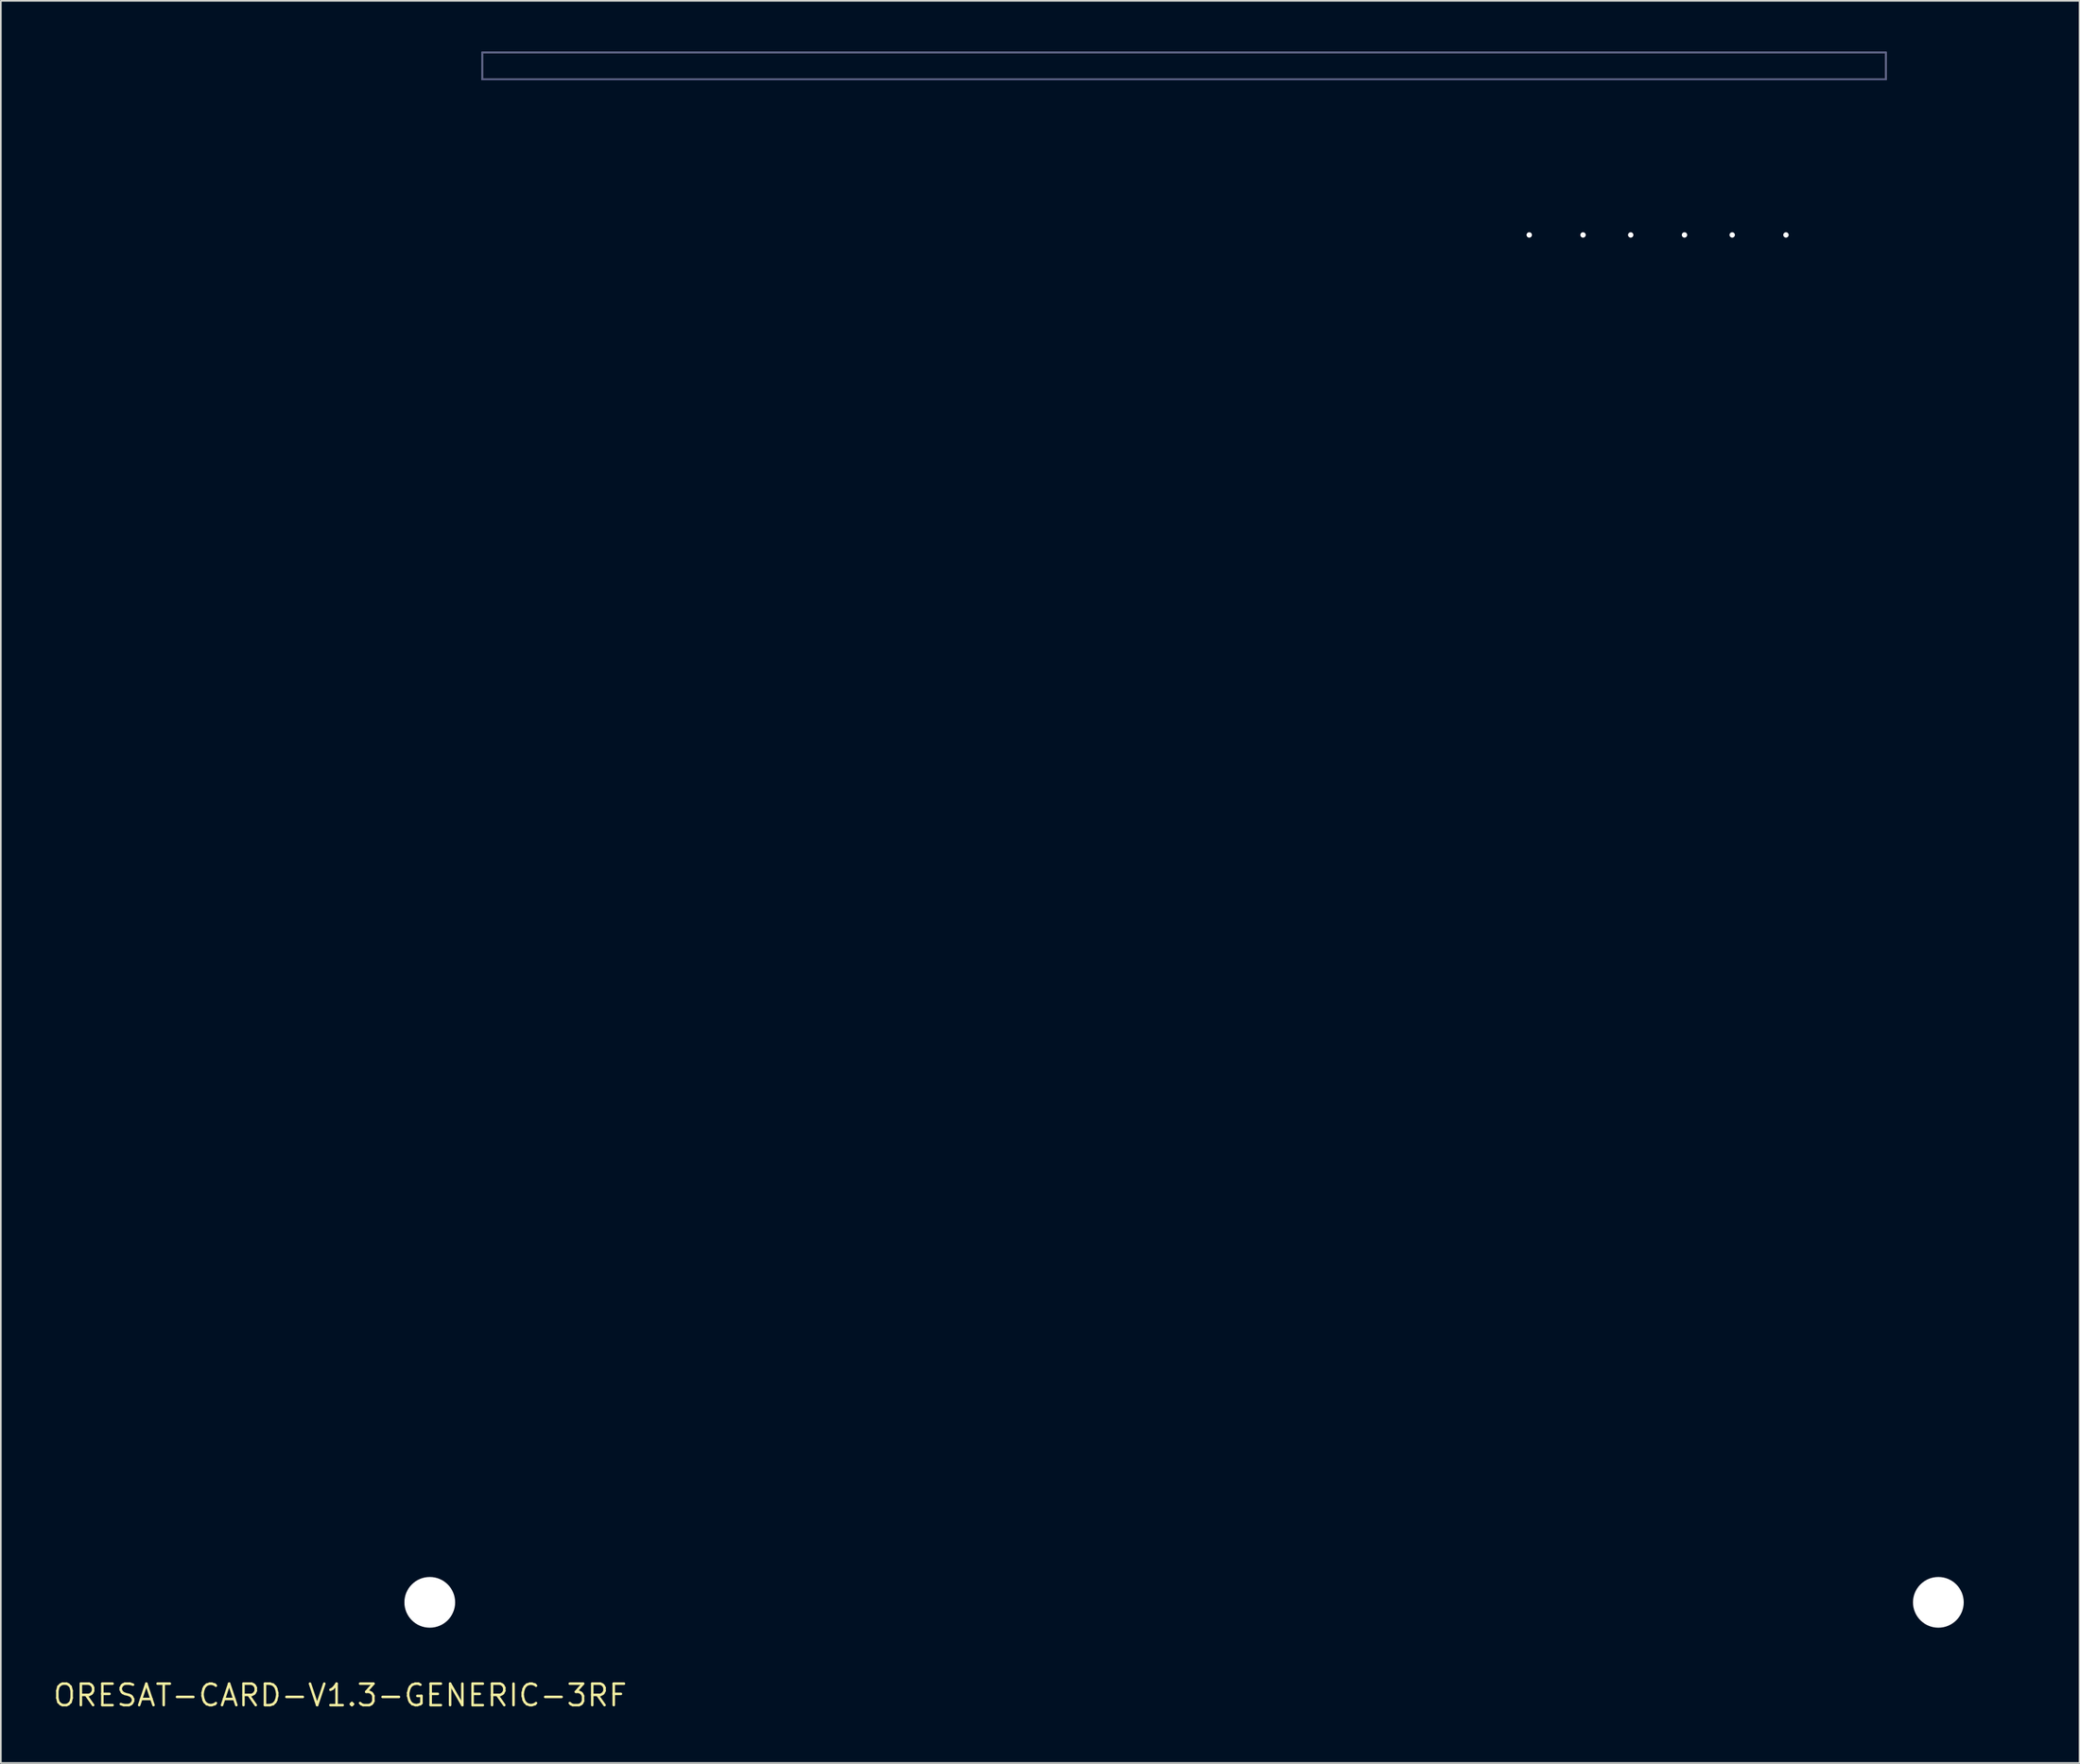
<source format=kicad_pcb>
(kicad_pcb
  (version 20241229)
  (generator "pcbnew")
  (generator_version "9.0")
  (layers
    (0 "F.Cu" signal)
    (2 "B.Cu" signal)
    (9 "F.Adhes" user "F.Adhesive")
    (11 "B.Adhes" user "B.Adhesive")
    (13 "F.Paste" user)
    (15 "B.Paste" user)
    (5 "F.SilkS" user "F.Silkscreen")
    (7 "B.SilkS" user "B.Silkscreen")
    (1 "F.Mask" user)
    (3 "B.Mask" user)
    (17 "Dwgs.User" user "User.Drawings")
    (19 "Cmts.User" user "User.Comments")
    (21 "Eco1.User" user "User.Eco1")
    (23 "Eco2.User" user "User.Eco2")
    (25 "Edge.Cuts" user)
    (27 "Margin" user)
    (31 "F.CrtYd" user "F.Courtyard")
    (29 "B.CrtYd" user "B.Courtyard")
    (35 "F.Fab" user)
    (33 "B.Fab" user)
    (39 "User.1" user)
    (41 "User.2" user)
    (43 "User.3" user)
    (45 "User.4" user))
  (footprint "ORESAT-CARD-V1.3-GENERIC-3RF"
    (layer "F.Cu")
    (at 17.062 97.25)
    (property "Reference" "ORESAT-CARD-V1.3-GENERIC-3RF" (at 0 0 0) (layer "F.SilkS") (effects (font (size 1.27 1.27) (thickness 0.15))))
    (fp_poly (pts (xy 2.75 -8.55) (xy 0.497 -8.55) (xy 0.358 -8.568) (xy 0.225 -8.623) (xy 0.111 -8.711) (xy 0.021 -8.827) (xy -0.05 -9.093) (xy -0.05 -88.821) (xy 2.75 -91.621)) (stroke (width 0) (type solid)) (fill yes) (layer "F.Mask"))
    (fp_poly (pts (xy 99.85 -88.822) (xy 99.85 -9.097) (xy 99.832 -8.958) (xy 99.777 -8.825) (xy 99.689 -8.711) (xy 99.575 -8.623) (xy 99.442 -8.568) (xy 99.303 -8.55) (xy 97.05 -8.55) (xy 97.05 -91.414)) (stroke (width 0) (type solid)) (fill yes) (layer "F.Mask"))
    (fp_poly (pts (xy 84.35 -0.497) (xy 84.332 -0.358) (xy 84.277 -0.225) (xy 84.189 -0.111) (xy 84.075 -0.023) (xy 83.942 0.032) (xy 83.803 0.05) (xy 15.997 0.05) (xy 15.858 0.032) (xy 15.725 -0.023) (xy 15.611 -0.111) (xy 15.521 -0.227) (xy 15.45 -0.493) (xy 15.45 -2.65) (xy 84.35 -2.65)) (stroke (width 0) (type solid)) (fill yes) (layer "F.Mask"))
    (fp_poly (pts (xy 2.75 -8.55) (xy 0.497 -8.55) (xy 0.358 -8.568) (xy 0.225 -8.623) (xy 0.111 -8.711) (xy 0.021 -8.827) (xy -0.05 -9.093) (xy -0.05 -88.821) (xy 2.75 -91.621)) (stroke (width 0) (type solid)) (fill yes) (layer "B.Mask"))
    (fp_poly (pts (xy 99.85 -88.822) (xy 99.85 -9.097) (xy 99.832 -8.958) (xy 99.777 -8.825) (xy 99.689 -8.711) (xy 99.575 -8.623) (xy 99.442 -8.568) (xy 99.303 -8.55) (xy 97.05 -8.55) (xy 97.05 -91.414)) (stroke (width 0) (type solid)) (fill yes) (layer "B.Mask"))
    (fp_poly (pts (xy 84.35 -0.497) (xy 84.332 -0.358) (xy 84.277 -0.225) (xy 84.189 -0.111) (xy 84.075 -0.023) (xy 83.942 0.032) (xy 83.803 0.05) (xy 15.997 0.05) (xy 15.858 0.032) (xy 15.725 -0.023) (xy 15.611 -0.111) (xy 15.521 -0.227) (xy 15.45 -0.493) (xy 15.45 -2.65) (xy 84.35 -2.65)) (stroke (width 0) (type solid)) (fill yes) (layer "B.Mask"))
    (fp_line (start 0 -88.8) (end 0 -9.1) (stroke (width 0.001) (type solid)) (layer "Dwgs.User"))
    (fp_line (start 0.5 -8.6) (end 2.25 -8.6) (stroke (width 0.001) (type solid)) (layer "Dwgs.User"))
    (fp_line (start 2.5 -91.3) (end 2.5 -8.6) (stroke (width 0.001) (type solid)) (layer "Dwgs.User"))
    (fp_line (start 2.75 -8.1) (end 2.75 -3.4) (stroke (width 0.001) (type solid)) (layer "Dwgs.User"))
    (fp_line (start 3.25 -2.9) (end 4.6 -2.9) (stroke (width 0.001) (type solid)) (layer "Dwgs.User"))
    (fp_line (start 4.6 -93.4) (end 0 -88.8) (stroke (width 0.001) (type solid)) (layer "Dwgs.User"))
    (fp_line (start 4.6 -2.9) (end 4.6 -93.4) (stroke (width 0.001) (type solid)) (layer "Dwgs.User"))
    (fp_line (start 4.6 -2.9) (end 15 -2.9) (stroke (width 0.001) (type solid)) (layer "Dwgs.User"))
    (fp_line (start 5.8 -94.6) (end 4.6 -93.4) (stroke (width 0.001) (type solid)) (layer "Dwgs.User"))
    (fp_line (start 8.4 -95.6) (end 8.4 -97.2) (stroke (width 0.001) (type solid)) (layer "Dwgs.User"))
    (fp_line (start 8.4 -2.9) (end 8.4 -94.6) (stroke (width 0.001) (type solid)) (layer "Dwgs.User"))
    (fp_line (start 8.668 -94.6) (end 5.8 -94.6) (stroke (width 0.001) (type solid)) (layer "Dwgs.User"))
    (fp_line (start 9.873 -87.9) (end 56.421 -87.9) (stroke (width 0.001) (type solid)) (layer "Dwgs.User"))
    (fp_line (start 15.5 -2.4) (end 15.5 -0.5) (stroke (width 0.001) (type solid)) (layer "Dwgs.User"))
    (fp_line (start 15.5 -2.4) (end 84.3 -2.4) (stroke (width 0.001) (type solid)) (layer "Dwgs.User"))
    (fp_line (start 16 0) (end 83.8 0) (stroke (width 0.001) (type solid)) (layer "Dwgs.User"))
    (fp_line (start 21.9 -89.9) (end 21.9 -85.9) (stroke (width 0.001) (type solid)) (layer "Dwgs.User"))
    (fp_line (start 31.668 -94.6) (end 12.132 -94.6) (stroke (width 0.001) (type solid)) (layer "Dwgs.User"))
    (fp_line (start 49.9 -44.572) (end 49.9 -89.9) (stroke (width 0.001) (type solid)) (layer "Dwgs.User"))
    (fp_line (start 64.668 -94.6) (end 35.132 -94.6) (stroke (width 0.001) (type solid)) (layer "Dwgs.User"))
    (fp_line (start 66.4 -93.6) (end 67.632 -93.6) (stroke (width 0.001) (type solid)) (layer "Dwgs.User"))
    (fp_line (start 68.132 -93.1) (end 68.132 -91.1) (stroke (width 0.001) (type solid)) (layer "Dwgs.User"))
    (fp_line (start 70.31 -90.6) (end 68.632 -90.6) (stroke (width 0.001) (type solid)) (layer "Dwgs.User"))
    (fp_line (start 70.31 -86.9) (end 70.31 -90.6) (stroke (width 0.001) (type solid)) (layer "Dwgs.User"))
    (fp_line (start 70.81 -86.4) (end 72.99 -86.4) (stroke (width 0.001) (type solid)) (layer "Dwgs.User"))
    (fp_line (start 73.49 -86.9) (end 73.49 -90.6) (stroke (width 0.001) (type solid)) (layer "Dwgs.User"))
    (fp_line (start 76.31 -90.6) (end 73.49 -90.6) (stroke (width 0.001) (type solid)) (layer "Dwgs.User"))
    (fp_line (start 76.31 -86.9) (end 76.31 -90.6) (stroke (width 0.001) (type solid)) (layer "Dwgs.User"))
    (fp_line (start 76.81 -86.4) (end 78.99 -86.4) (stroke (width 0.001) (type solid)) (layer "Dwgs.User"))
    (fp_line (start 79.49 -86.9) (end 79.49 -90.6) (stroke (width 0.001) (type solid)) (layer "Dwgs.User"))
    (fp_line (start 82.31 -90.6) (end 79.49 -90.6) (stroke (width 0.001) (type solid)) (layer "Dwgs.User"))
    (fp_line (start 82.31 -86.9) (end 82.31 -90.6) (stroke (width 0.001) (type solid)) (layer "Dwgs.User"))
    (fp_line (start 82.81 -86.4) (end 84.99 -86.4) (stroke (width 0.001) (type solid)) (layer "Dwgs.User"))
    (fp_line (start 84.3 -0.5) (end 84.3 -2.4) (stroke (width 0.001) (type solid)) (layer "Dwgs.User"))
    (fp_line (start 84.8 -2.9) (end 95.2 -2.9) (stroke (width 0.001) (type solid)) (layer "Dwgs.User"))
    (fp_line (start 85.49 -86.9) (end 85.49 -90.6) (stroke (width 0.001) (type solid)) (layer "Dwgs.User"))
    (fp_line (start 87.168 -90.6) (end 85.49 -90.6) (stroke (width 0.001) (type solid)) (layer "Dwgs.User"))
    (fp_line (start 87.668 -93.1) (end 87.668 -91.1) (stroke (width 0.001) (type solid)) (layer "Dwgs.User"))
    (fp_line (start 89.4 -93.6) (end 88.168 -93.6) (stroke (width 0.001) (type solid)) (layer "Dwgs.User"))
    (fp_line (start 91.4 -97.2) (end 8.4 -97.2) (stroke (width 0.001) (type solid)) (layer "Dwgs.User"))
    (fp_line (start 91.4 -97.2) (end 91.4 -95.6) (stroke (width 0.001) (type solid)) (layer "Dwgs.User"))
    (fp_line (start 91.4 -95.6) (end 8.4 -95.6) (stroke (width 0.001) (type solid)) (layer "Dwgs.User"))
    (fp_line (start 91.4 -2.9) (end 91.4 -94.6) (stroke (width 0.001) (type solid)) (layer "Dwgs.User"))
    (fp_line (start 94 -94.6) (end 91.132 -94.6) (stroke (width 0.001) (type solid)) (layer "Dwgs.User"))
    (fp_line (start 95.2 -93.4) (end 94 -94.6) (stroke (width 0.001) (type solid)) (layer "Dwgs.User"))
    (fp_line (start 95.2 -2.9) (end 95.2 -93.4) (stroke (width 0.001) (type solid)) (layer "Dwgs.User"))
    (fp_line (start 95.2 -2.9) (end 96.55 -2.9) (stroke (width 0.001) (type solid)) (layer "Dwgs.User"))
    (fp_line (start 97.05 -3.4) (end 97.05 -8.1) (stroke (width 0.001) (type solid)) (layer "Dwgs.User"))
    (fp_line (start 97.3 -8.55) (end 97.3 -91.3) (stroke (width 0.001) (type solid)) (layer "Dwgs.User"))
    (fp_line (start 97.55 -8.6) (end 99.3 -8.6) (stroke (width 0.001) (type solid)) (layer "Dwgs.User"))
    (fp_line (start 99.8 -88.8) (end 95.2 -93.4) (stroke (width 0.001) (type solid)) (layer "Dwgs.User"))
    (fp_line (start 99.8 -9.1) (end 99.8 -88.8) (stroke (width 0.001) (type solid)) (layer "Dwgs.User"))
    (fp_arc (start 0.5 -8.6) (mid 0.146447 -8.746447) (end 0 -9.1) (stroke (width 0.001) (type solid)) (layer "Dwgs.User"))
    (fp_arc (start 2.25 -8.6) (mid 2.603553 -8.453553) (end 2.75 -8.1) (stroke (width 0.001) (type solid)) (layer "Dwgs.User"))
    (fp_arc (start 3.25 -2.9) (mid 2.896447 -3.046447) (end 2.75 -3.4) (stroke (width 0.001) (type solid)) (layer "Dwgs.User"))
    (fp_arc (start 12.13205 -94.6) (mid 10.400001 -93.6) (end 8.667951 -94.599999) (stroke (width 0.001) (type solid)) (layer "Dwgs.User"))
    (fp_arc (start 15 -2.9) (mid 15.353553 -2.753553) (end 15.5 -2.4) (stroke (width 0.001) (type solid)) (layer "Dwgs.User"))
    (fp_arc (start 16 0) (mid 15.646447 -0.146447) (end 15.5 -0.5) (stroke (width 0.001) (type solid)) (layer "Dwgs.User"))
    (fp_arc (start 35.13205 -94.6) (mid 33.400001 -93.6) (end 31.667951 -94.599999) (stroke (width 0.001) (type solid)) (layer "Dwgs.User"))
    (fp_arc (start 66.4 -93.6) (mid 65.400001 -93.867949) (end 64.66795 -94.599999) (stroke (width 0.001) (type solid)) (layer "Dwgs.User"))
    (fp_arc (start 67.63205 -93.6) (mid 67.985603 -93.453553) (end 68.13205 -93.1) (stroke (width 0.001) (type solid)) (layer "Dwgs.User"))
    (fp_arc (start 68.63205 -90.6) (mid 68.278497 -90.746447) (end 68.13205 -91.1) (stroke (width 0.001) (type solid)) (layer "Dwgs.User"))
    (fp_arc (start 70.81 -86.4) (mid 70.456447 -86.546447) (end 70.31 -86.9) (stroke (width 0.001) (type solid)) (layer "Dwgs.User"))
    (fp_arc (start 73.49 -86.9) (mid 73.343553 -86.546447) (end 72.99 -86.4) (stroke (width 0.001) (type solid)) (layer "Dwgs.User"))
    (fp_arc (start 76.81 -86.4) (mid 76.456447 -86.546447) (end 76.31 -86.9) (stroke (width 0.001) (type solid)) (layer "Dwgs.User"))
    (fp_arc (start 79.49 -86.9) (mid 79.343553 -86.546447) (end 78.99 -86.4) (stroke (width 0.001) (type solid)) (layer "Dwgs.User"))
    (fp_arc (start 82.81 -86.4) (mid 82.456447 -86.546447) (end 82.31 -86.9) (stroke (width 0.001) (type solid)) (layer "Dwgs.User"))
    (fp_arc (start 84.3 -2.4) (mid 84.446447 -2.753553) (end 84.8 -2.9) (stroke (width 0.001) (type solid)) (layer "Dwgs.User"))
    (fp_arc (start 84.3 -0.5) (mid 84.153553 -0.146447) (end 83.8 0) (stroke (width 0.001) (type solid)) (layer "Dwgs.User"))
    (fp_arc (start 85.49 -86.9) (mid 85.343553 -86.546447) (end 84.99 -86.4) (stroke (width 0.001) (type solid)) (layer "Dwgs.User"))
    (fp_arc (start 87.66795 -93.1) (mid 87.814397 -93.453553) (end 88.16795 -93.6) (stroke (width 0.001) (type solid)) (layer "Dwgs.User"))
    (fp_arc (start 87.66795 -91.1) (mid 87.521503 -90.746447) (end 87.16795 -90.6) (stroke (width 0.001) (type solid)) (layer "Dwgs.User"))
    (fp_arc (start 91.13205 -94.6) (mid 90.4 -93.867949) (end 89.4 -93.599999) (stroke (width 0.001) (type solid)) (layer "Dwgs.User"))
    (fp_arc (start 97.05 -8.1) (mid 97.196447 -8.453553) (end 97.55 -8.6) (stroke (width 0.001) (type solid)) (layer "Dwgs.User"))
    (fp_arc (start 97.05 -3.4) (mid 96.903553 -3.046447) (end 96.55 -2.9) (stroke (width 0.001) (type solid)) (layer "Dwgs.User"))
    (fp_arc (start 99.8 -9.1) (mid 99.653553 -8.746447) (end 99.3 -8.6) (stroke (width 0.001) (type solid)) (layer "Dwgs.User"))
    (fp_circle (center 49.9 -49.8) (end 52.4 -49.8) (stroke (width 0.001) (type solid)) (fill no) (layer "Dwgs.User"))
    (fp_circle (center 70.31 -86.4) (end 70.47 -86.4) (stroke (width 0.001) (type solid)) (fill no) (layer "Dwgs.User"))
    (fp_circle (center 73.49 -86.4) (end 73.65 -86.4) (stroke (width 0.001) (type solid)) (fill no) (layer "Dwgs.User"))
    (fp_circle (center 76.31 -86.4) (end 76.47 -86.4) (stroke (width 0.001) (type solid)) (fill no) (layer "Dwgs.User"))
    (fp_circle (center 79.49 -86.4) (end 79.65 -86.4) (stroke (width 0.001) (type solid)) (fill no) (layer "Dwgs.User"))
    (fp_circle (center 82.31 -86.4) (end 82.47 -86.4) (stroke (width 0.001) (type solid)) (fill no) (layer "Dwgs.User"))
    (fp_circle (center 85.49 -86.4) (end 85.65 -86.4) (stroke (width 0.001) (type solid)) (fill no) (layer "Dwgs.User"))
    (fp_line (start 0 -88.8) (end 0 -9.1) (stroke (width 0.001) (type solid)) (layer "Edge.Cuts"))
    (fp_line (start 0.5 -8.6) (end 2.25 -8.6) (stroke (width 0.001) (type solid)) (layer "Edge.Cuts"))
    (fp_line (start 2.75 -8.1) (end 2.75 -3.4) (stroke (width 0.001) (type solid)) (layer "Edge.Cuts"))
    (fp_line (start 3.25 -2.9) (end 15 -2.9) (stroke (width 0.001) (type solid)) (layer "Edge.Cuts"))
    (fp_line (start 5.8 -94.6) (end 0 -88.8) (stroke (width 0.001) (type solid)) (layer "Edge.Cuts"))
    (fp_line (start 8.668 -94.6) (end 5.8 -94.6) (stroke (width 0.001) (type solid)) (layer "Edge.Cuts"))
    (fp_line (start 15.5 -2.4) (end 15.5 -0.5) (stroke (width 0.001) (type solid)) (layer "Edge.Cuts"))
    (fp_line (start 16 0) (end 83.8 0) (stroke (width 0.001) (type solid)) (layer "Edge.Cuts"))
    (fp_line (start 31.668 -94.6) (end 12.132 -94.6) (stroke (width 0.001) (type solid)) (layer "Edge.Cuts"))
    (fp_line (start 64.668 -94.6) (end 35.132 -94.6) (stroke (width 0.001) (type solid)) (layer "Edge.Cuts"))
    (fp_line (start 66.4 -93.6) (end 67.632 -93.6) (stroke (width 0.001) (type solid)) (layer "Edge.Cuts"))
    (fp_line (start 68.132 -93.1) (end 68.132 -91.1) (stroke (width 0.001) (type solid)) (layer "Edge.Cuts"))
    (fp_line (start 70.31 -90.6) (end 68.632 -90.6) (stroke (width 0.001) (type solid)) (layer "Edge.Cuts"))
    (fp_line (start 70.31 -86.9) (end 70.31 -90.6) (stroke (width 0.001) (type solid)) (layer "Edge.Cuts"))
    (fp_line (start 70.81 -86.4) (end 72.99 -86.4) (stroke (width 0.001) (type solid)) (layer "Edge.Cuts"))
    (fp_line (start 73.49 -86.9) (end 73.49 -90.6) (stroke (width 0.001) (type solid)) (layer "Edge.Cuts"))
    (fp_line (start 76.31 -90.6) (end 73.49 -90.6) (stroke (width 0.001) (type solid)) (layer "Edge.Cuts"))
    (fp_line (start 76.31 -86.9) (end 76.31 -90.6) (stroke (width 0.001) (type solid)) (layer "Edge.Cuts"))
    (fp_line (start 76.81 -86.4) (end 78.99 -86.4) (stroke (width 0.001) (type solid)) (layer "Edge.Cuts"))
    (fp_line (start 79.49 -86.9) (end 79.49 -90.6) (stroke (width 0.001) (type solid)) (layer "Edge.Cuts"))
    (fp_line (start 82.31 -90.6) (end 79.49 -90.6) (stroke (width 0.001) (type solid)) (layer "Edge.Cuts"))
    (fp_line (start 82.31 -86.9) (end 82.31 -90.6) (stroke (width 0.001) (type solid)) (layer "Edge.Cuts"))
    (fp_line (start 82.81 -86.4) (end 84.99 -86.4) (stroke (width 0.001) (type solid)) (layer "Edge.Cuts"))
    (fp_line (start 84.3 -0.5) (end 84.3 -2.4) (stroke (width 0.001) (type solid)) (layer "Edge.Cuts"))
    (fp_line (start 84.8 -2.9) (end 96.55 -2.9) (stroke (width 0.001) (type solid)) (layer "Edge.Cuts"))
    (fp_line (start 85.49 -86.9) (end 85.49 -90.6) (stroke (width 0.001) (type solid)) (layer "Edge.Cuts"))
    (fp_line (start 87.168 -90.6) (end 85.49 -90.6) (stroke (width 0.001) (type solid)) (layer "Edge.Cuts"))
    (fp_line (start 87.668 -93.1) (end 87.668 -91.1) (stroke (width 0.001) (type solid)) (layer "Edge.Cuts"))
    (fp_line (start 89.4 -93.6) (end 88.168 -93.6) (stroke (width 0.001) (type solid)) (layer "Edge.Cuts"))
    (fp_line (start 94 -94.6) (end 91.132 -94.6) (stroke (width 0.001) (type solid)) (layer "Edge.Cuts"))
    (fp_line (start 97.05 -3.4) (end 97.05 -8.1) (stroke (width 0.001) (type solid)) (layer "Edge.Cuts"))
    (fp_line (start 97.55 -8.6) (end 99.3 -8.6) (stroke (width 0.001) (type solid)) (layer "Edge.Cuts"))
    (fp_line (start 99.8 -88.8) (end 94 -94.6) (stroke (width 0.001) (type solid)) (layer "Edge.Cuts"))
    (fp_line (start 99.8 -9.1) (end 99.8 -88.8) (stroke (width 0.001) (type solid)) (layer "Edge.Cuts"))
    (fp_arc (start 0.5 -8.6) (mid 0.146447 -8.746447) (end 0 -9.1) (stroke (width 0.001) (type solid)) (layer "Edge.Cuts"))
    (fp_arc (start 2.25 -8.6) (mid 2.603553 -8.453553) (end 2.75 -8.1) (stroke (width 0.001) (type solid)) (layer "Edge.Cuts"))
    (fp_arc (start 3.25 -2.9) (mid 2.896447 -3.046447) (end 2.75 -3.4) (stroke (width 0.001) (type solid)) (layer "Edge.Cuts"))
    (fp_arc (start 12.132049 -94.599999) (mid 10.399999 -93.600001) (end 8.66795 -94.6) (stroke (width 0.001) (type solid)) (layer "Edge.Cuts"))
    (fp_arc (start 15 -2.9) (mid 15.353553 -2.753553) (end 15.5 -2.4) (stroke (width 0.001) (type solid)) (layer "Edge.Cuts"))
    (fp_arc (start 16 0) (mid 15.646447 -0.146447) (end 15.5 -0.5) (stroke (width 0.001) (type solid)) (layer "Edge.Cuts"))
    (fp_arc (start 35.132049 -94.599999) (mid 33.399999 -93.600001) (end 31.66795 -94.6) (stroke (width 0.001) (type solid)) (layer "Edge.Cuts"))
    (fp_arc (start 66.399999 -93.6) (mid 65.4 -93.867949) (end 64.66795 -94.6) (stroke (width 0.001) (type solid)) (layer "Edge.Cuts"))
    (fp_arc (start 67.63205 -93.6) (mid 67.985603 -93.453553) (end 68.13205 -93.1) (stroke (width 0.001) (type solid)) (layer "Edge.Cuts"))
    (fp_arc (start 68.63205 -90.6) (mid 68.278497 -90.746447) (end 68.13205 -91.1) (stroke (width 0.001) (type solid)) (layer "Edge.Cuts"))
    (fp_arc (start 70.81 -86.4) (mid 70.456447 -86.546447) (end 70.31 -86.9) (stroke (width 0.001) (type solid)) (layer "Edge.Cuts"))
    (fp_arc (start 73.49 -86.9) (mid 73.343553 -86.546447) (end 72.99 -86.4) (stroke (width 0.001) (type solid)) (layer "Edge.Cuts"))
    (fp_arc (start 76.81 -86.4) (mid 76.456447 -86.546447) (end 76.31 -86.9) (stroke (width 0.001) (type solid)) (layer "Edge.Cuts"))
    (fp_arc (start 79.49 -86.9) (mid 79.343553 -86.546447) (end 78.99 -86.4) (stroke (width 0.001) (type solid)) (layer "Edge.Cuts"))
    (fp_arc (start 82.81 -86.4) (mid 82.456447 -86.546447) (end 82.31 -86.9) (stroke (width 0.001) (type solid)) (layer "Edge.Cuts"))
    (fp_arc (start 84.3 -2.4) (mid 84.446447 -2.753553) (end 84.8 -2.9) (stroke (width 0.001) (type solid)) (layer "Edge.Cuts"))
    (fp_arc (start 84.3 -0.5) (mid 84.153553 -0.146447) (end 83.8 0) (stroke (width 0.001) (type solid)) (layer "Edge.Cuts"))
    (fp_arc (start 85.49 -86.9) (mid 85.343553 -86.546447) (end 84.99 -86.4) (stroke (width 0.001) (type solid)) (layer "Edge.Cuts"))
    (fp_arc (start 87.66795 -93.1) (mid 87.814397 -93.453553) (end 88.16795 -93.6) (stroke (width 0.001) (type solid)) (layer "Edge.Cuts"))
    (fp_arc (start 87.66795 -91.1) (mid 87.521503 -90.746447) (end 87.16795 -90.6) (stroke (width 0.001) (type solid)) (layer "Edge.Cuts"))
    (fp_arc (start 91.132049 -94.6) (mid 90.399999 -93.86795) (end 89.4 -93.6) (stroke (width 0.001) (type solid)) (layer "Edge.Cuts"))
    (fp_arc (start 97.05 -8.1) (mid 97.196447 -8.453553) (end 97.55 -8.6) (stroke (width 0.001) (type solid)) (layer "Edge.Cuts"))
    (fp_arc (start 97.05 -3.4) (mid 96.903553 -3.046447) (end 96.55 -2.9) (stroke (width 0.001) (type solid)) (layer "Edge.Cuts"))
    (fp_arc (start 99.8 -9.1) (mid 99.653553 -8.746447) (end 99.3 -8.6) (stroke (width 0.001) (type solid)) (layer "Edge.Cuts"))
    (fp_line (start 4.6 -2.9) (end 4.6 -93.4) (stroke (width 0.001) (type solid)) (layer "B.CrtYd"))
    (fp_line (start 95.2 -2.9) (end 95.2 -93.4) (stroke (width 0.001) (type solid)) (layer "B.CrtYd"))
    (fp_line (start 4.6 -2.9) (end 4.6 -93.4) (stroke (width 0.001) (type solid)) (layer "F.CrtYd"))
    (fp_line (start 95.2 -2.9) (end 95.2 -93.4) (stroke (width 0.001) (type solid)) (layer "F.CrtYd"))
    (fp_line (start 4.6 -2.9) (end 4.6 -93.4) (stroke (width 0.001) (type solid)) (layer "B.Fab"))
    (fp_line (start 8.4 -2.9) (end 8.4 -94.6) (stroke (width 0.001) (type solid)) (layer "B.Fab"))
    (fp_line (start 91.4 -2.9) (end 91.4 -94.6) (stroke (width 0.001) (type solid)) (layer "B.Fab"))
    (fp_line (start 95.2 -2.9) (end 95.2 -93.4) (stroke (width 0.001) (type solid)) (layer "B.Fab"))
    (fp_poly (pts (xy 8.4 -95.6) (xy 91.4 -95.6) (xy 91.4 -97.2) (xy 8.4 -97.2)) (stroke (width 0.1) (type solid)) (fill no) (layer "B.Fab"))
    (fp_line (start 4.6 -2.9) (end 4.6 -93.4) (stroke (width 0.001) (type solid)) (layer "F.Fab"))
    (fp_line (start 8.4 -2.9) (end 8.4 -94.6) (stroke (width 0.001) (type solid)) (layer "F.Fab"))
    (fp_line (start 20.9 -87.894) (end 22.9 -87.894) (stroke (width 0.001) (type solid)) (layer "F.Fab"))
    (fp_line (start 21.9 -88.894) (end 21.9 -86.894) (stroke (width 0.001) (type solid)) (layer "F.Fab"))
    (fp_line (start 48.9 -87.894) (end 50.9 -87.894) (stroke (width 0.001) (type solid)) (layer "F.Fab"))
    (fp_line (start 48.9 -49.8) (end 50.9 -49.8) (stroke (width 0.001) (type solid)) (layer "F.Fab"))
    (fp_line (start 49.9 -88.894) (end 49.9 -86.894) (stroke (width 0.001) (type solid)) (layer "F.Fab"))
    (fp_line (start 49.9 -50.8) (end 49.9 -48.8) (stroke (width 0.001) (type solid)) (layer "F.Fab"))
    (fp_line (start 91.4 -2.9) (end 91.4 -94.6) (stroke (width 0.001) (type solid)) (layer "F.Fab"))
    (fp_line (start 95.2 -2.9) (end 95.2 -93.4) (stroke (width 0.001) (type solid)) (layer "F.Fab"))
    (fp_circle (center 21.9 -87.894) (end 22.4 -87.894) (stroke (width 0.001) (type solid)) (fill no) (layer "F.Fab"))
    (fp_circle (center 49.9 -87.894) (end 50.4 -87.894) (stroke (width 0.001) (type solid)) (fill no) (layer "F.Fab"))
    (fp_circle (center 49.9 -49.8) (end 50.4 -49.8) (stroke (width 0.001) (type solid)) (fill no) (layer "F.Fab"))
    (fp_poly (pts (xy 8.4 -95.6) (xy 91.4 -95.6) (xy 91.4 -97.2) (xy 8.4 -97.2)) (stroke (width 0.1) (type solid)) (fill no) (layer "F.Fab"))
    (pad "" np_thru_hole circle (at 5.3 -5.5) (size 3 3) (drill 3) (layers "*.Cu" "*.Mask"))
    (pad "" np_thru_hole circle (at 70.31 -86.4) (size 0.32 0.32) (drill 0.32) (layers "*.Cu" "*.Mask"))
    (pad "" np_thru_hole circle (at 73.49 -86.4) (size 0.32 0.32) (drill 0.32) (layers "*.Cu" "*.Mask"))
    (pad "" np_thru_hole circle (at 76.31 -86.4) (size 0.32 0.32) (drill 0.32) (layers "*.Cu" "*.Mask"))
    (pad "" np_thru_hole circle (at 79.49 -86.4) (size 0.32 0.32) (drill 0.32) (layers "*.Cu" "*.Mask"))
    (pad "" np_thru_hole circle (at 82.31 -86.4) (size 0.32 0.32) (drill 0.32) (layers "*.Cu" "*.Mask"))
    (pad "" np_thru_hole circle (at 85.49 -86.4) (size 0.32 0.32) (drill 0.32) (layers "*.Cu" "*.Mask"))
    (pad "" np_thru_hole circle (at 94.5 -5.5) (size 3 3) (drill 3) (layers "*.Cu" "*.Mask")))
  (gr_rect
    (start -3 -3)
    (end 119.912 101.256)
    (stroke (width 0.1) (type default))
    (fill no)
    (layer "Edge.Cuts")))
</source>
